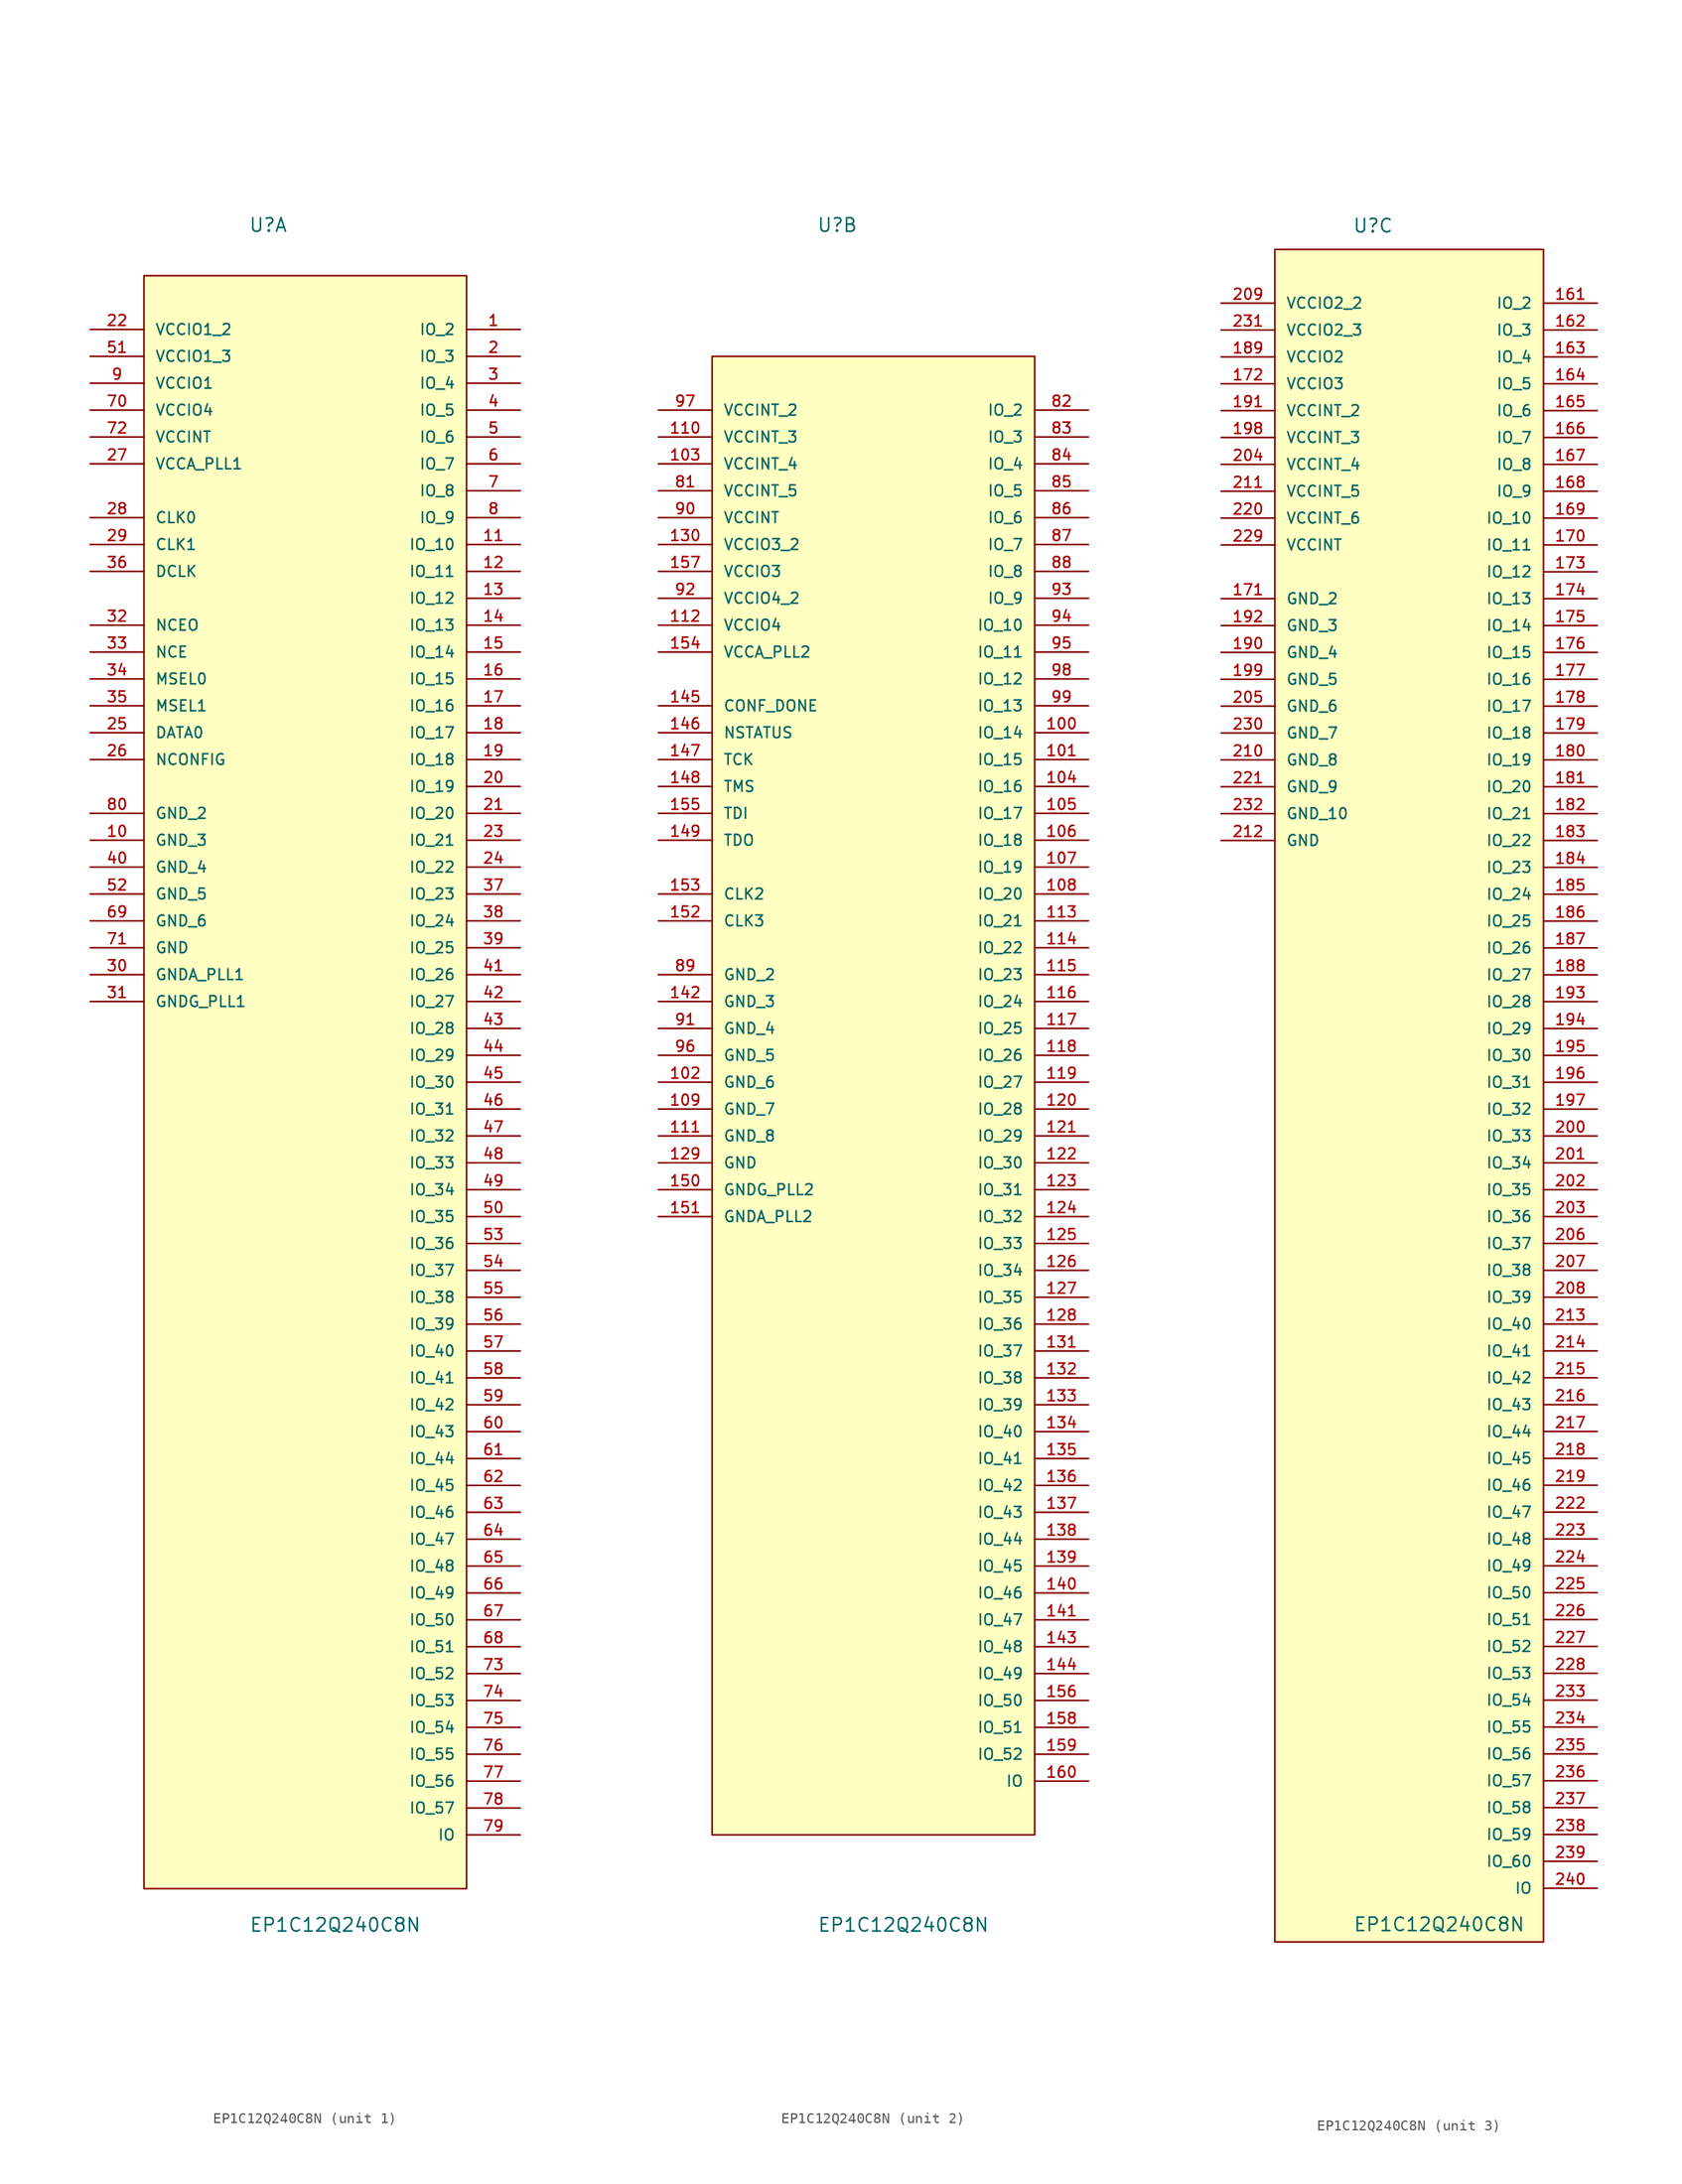
<source format=kicad_sym>
(kicad_symbol_lib
  (version 20211014)
  (generator kicad_symbol_editor)
  (symbol "EP1C12Q240C8N"
    (pin_names
      (offset 1.016))
    (property "Reference" "U"
      (at -5.359 77.699 0.0)
      (effects (font (size 1.27 1.27)) (justify bottom left)))
    (property "Value" "EP1C12Q240C8N"
      (at -5.309 -82.906 0.0)
      (effects (font (size 1.27 1.27)) (justify bottom left)))
    (symbol "EP1C12Q240C8N_1_0"
      (rectangle (start -15.24 -78.74) (end 15.24 73.66) (stroke (width 0.152)) (fill (type background)))
      (pin power_in line (at -20.32 68.58 0) (length 5.08) (name "VCCIO1_2" (effects (font (size 1.016 1.016)))) (number "22" (effects (font (size 1.016 1.016)))))
      (pin power_in line (at -20.32 66.04 0) (length 5.08) (name "VCCIO1_3" (effects (font (size 1.016 1.016)))) (number "51" (effects (font (size 1.016 1.016)))))
      (pin power_in line (at -20.32 63.5 0) (length 5.08) (name "VCCIO1" (effects (font (size 1.016 1.016)))) (number "9" (effects (font (size 1.016 1.016)))))
      (pin power_in line (at -20.32 60.96 0) (length 5.08) (name "VCCIO4" (effects (font (size 1.016 1.016)))) (number "70" (effects (font (size 1.016 1.016)))))
      (pin power_in line (at -20.32 58.42 0) (length 5.08) (name "VCCINT" (effects (font (size 1.016 1.016)))) (number "72" (effects (font (size 1.016 1.016)))))
      (pin power_in line (at -20.32 55.88 0) (length 5.08) (name "VCCA_PLL1" (effects (font (size 1.016 1.016)))) (number "27" (effects (font (size 1.016 1.016)))))
      (pin input line (at -20.32 50.8 0) (length 5.08) (name "CLK0" (effects (font (size 1.016 1.016)))) (number "28" (effects (font (size 1.016 1.016)))))
      (pin input line (at -20.32 48.26 0) (length 5.08) (name "CLK1" (effects (font (size 1.016 1.016)))) (number "29" (effects (font (size 1.016 1.016)))))
      (pin input line (at -20.32 45.72 0) (length 5.08) (name "DCLK" (effects (font (size 1.016 1.016)))) (number "36" (effects (font (size 1.016 1.016)))))
      (pin input line (at -20.32 40.64 0) (length 5.08) (name "NCEO" (effects (font (size 1.016 1.016)))) (number "32" (effects (font (size 1.016 1.016)))))
      (pin input line (at -20.32 38.1 0) (length 5.08) (name "NCE" (effects (font (size 1.016 1.016)))) (number "33" (effects (font (size 1.016 1.016)))))
      (pin input line (at -20.32 35.56 0) (length 5.08) (name "MSEL0" (effects (font (size 1.016 1.016)))) (number "34" (effects (font (size 1.016 1.016)))))
      (pin input line (at -20.32 33.02 0) (length 5.08) (name "MSEL1" (effects (font (size 1.016 1.016)))) (number "35" (effects (font (size 1.016 1.016)))))
      (pin input line (at -20.32 30.48 0) (length 5.08) (name "DATA0" (effects (font (size 1.016 1.016)))) (number "25" (effects (font (size 1.016 1.016)))))
      (pin input line (at -20.32 27.94 0) (length 5.08) (name "NCONFIG" (effects (font (size 1.016 1.016)))) (number "26" (effects (font (size 1.016 1.016)))))
      (pin passive line (at -20.32 22.86 0) (length 5.08) (name "GND_2" (effects (font (size 1.016 1.016)))) (number "80" (effects (font (size 1.016 1.016)))))
      (pin passive line (at -20.32 20.32 0) (length 5.08) (name "GND_3" (effects (font (size 1.016 1.016)))) (number "10" (effects (font (size 1.016 1.016)))))
      (pin passive line (at -20.32 17.78 0) (length 5.08) (name "GND_4" (effects (font (size 1.016 1.016)))) (number "40" (effects (font (size 1.016 1.016)))))
      (pin passive line (at -20.32 15.24 0) (length 5.08) (name "GND_5" (effects (font (size 1.016 1.016)))) (number "52" (effects (font (size 1.016 1.016)))))
      (pin passive line (at -20.32 12.7 0) (length 5.08) (name "GND_6" (effects (font (size 1.016 1.016)))) (number "69" (effects (font (size 1.016 1.016)))))
      (pin passive line (at -20.32 10.16 0) (length 5.08) (name "GND" (effects (font (size 1.016 1.016)))) (number "71" (effects (font (size 1.016 1.016)))))
      (pin passive line (at -20.32 7.62 0) (length 5.08) (name "GNDA_PLL1" (effects (font (size 1.016 1.016)))) (number "30" (effects (font (size 1.016 1.016)))))
      (pin passive line (at -20.32 5.08 0) (length 5.08) (name "GNDG_PLL1" (effects (font (size 1.016 1.016)))) (number "31" (effects (font (size 1.016 1.016)))))
      (pin bidirectional line (at 20.32 68.58 180.0) (length 5.08) (name "IO_2" (effects (font (size 1.016 1.016)))) (number "1" (effects (font (size 1.016 1.016)))))
      (pin bidirectional line (at 20.32 66.04 180.0) (length 5.08) (name "IO_3" (effects (font (size 1.016 1.016)))) (number "2" (effects (font (size 1.016 1.016)))))
      (pin bidirectional line (at 20.32 63.5 180.0) (length 5.08) (name "IO_4" (effects (font (size 1.016 1.016)))) (number "3" (effects (font (size 1.016 1.016)))))
      (pin bidirectional line (at 20.32 60.96 180.0) (length 5.08) (name "IO_5" (effects (font (size 1.016 1.016)))) (number "4" (effects (font (size 1.016 1.016)))))
      (pin bidirectional line (at 20.32 58.42 180.0) (length 5.08) (name "IO_6" (effects (font (size 1.016 1.016)))) (number "5" (effects (font (size 1.016 1.016)))))
      (pin bidirectional line (at 20.32 55.88 180.0) (length 5.08) (name "IO_7" (effects (font (size 1.016 1.016)))) (number "6" (effects (font (size 1.016 1.016)))))
      (pin bidirectional line (at 20.32 53.34 180.0) (length 5.08) (name "IO_8" (effects (font (size 1.016 1.016)))) (number "7" (effects (font (size 1.016 1.016)))))
      (pin bidirectional line (at 20.32 50.8 180.0) (length 5.08) (name "IO_9" (effects (font (size 1.016 1.016)))) (number "8" (effects (font (size 1.016 1.016)))))
      (pin bidirectional line (at 20.32 48.26 180.0) (length 5.08) (name "IO_10" (effects (font (size 1.016 1.016)))) (number "11" (effects (font (size 1.016 1.016)))))
      (pin bidirectional line (at 20.32 45.72 180.0) (length 5.08) (name "IO_11" (effects (font (size 1.016 1.016)))) (number "12" (effects (font (size 1.016 1.016)))))
      (pin bidirectional line (at 20.32 43.18 180.0) (length 5.08) (name "IO_12" (effects (font (size 1.016 1.016)))) (number "13" (effects (font (size 1.016 1.016)))))
      (pin bidirectional line (at 20.32 40.64 180.0) (length 5.08) (name "IO_13" (effects (font (size 1.016 1.016)))) (number "14" (effects (font (size 1.016 1.016)))))
      (pin bidirectional line (at 20.32 38.1 180.0) (length 5.08) (name "IO_14" (effects (font (size 1.016 1.016)))) (number "15" (effects (font (size 1.016 1.016)))))
      (pin bidirectional line (at 20.32 35.56 180.0) (length 5.08) (name "IO_15" (effects (font (size 1.016 1.016)))) (number "16" (effects (font (size 1.016 1.016)))))
      (pin bidirectional line (at 20.32 33.02 180.0) (length 5.08) (name "IO_16" (effects (font (size 1.016 1.016)))) (number "17" (effects (font (size 1.016 1.016)))))
      (pin bidirectional line (at 20.32 30.48 180.0) (length 5.08) (name "IO_17" (effects (font (size 1.016 1.016)))) (number "18" (effects (font (size 1.016 1.016)))))
      (pin bidirectional line (at 20.32 27.94 180.0) (length 5.08) (name "IO_18" (effects (font (size 1.016 1.016)))) (number "19" (effects (font (size 1.016 1.016)))))
      (pin bidirectional line (at 20.32 25.4 180.0) (length 5.08) (name "IO_19" (effects (font (size 1.016 1.016)))) (number "20" (effects (font (size 1.016 1.016)))))
      (pin bidirectional line (at 20.32 22.86 180.0) (length 5.08) (name "IO_20" (effects (font (size 1.016 1.016)))) (number "21" (effects (font (size 1.016 1.016)))))
      (pin bidirectional line (at 20.32 20.32 180.0) (length 5.08) (name "IO_21" (effects (font (size 1.016 1.016)))) (number "23" (effects (font (size 1.016 1.016)))))
      (pin bidirectional line (at 20.32 17.78 180.0) (length 5.08) (name "IO_22" (effects (font (size 1.016 1.016)))) (number "24" (effects (font (size 1.016 1.016)))))
      (pin bidirectional line (at 20.32 15.24 180.0) (length 5.08) (name "IO_23" (effects (font (size 1.016 1.016)))) (number "37" (effects (font (size 1.016 1.016)))))
      (pin bidirectional line (at 20.32 12.7 180.0) (length 5.08) (name "IO_24" (effects (font (size 1.016 1.016)))) (number "38" (effects (font (size 1.016 1.016)))))
      (pin bidirectional line (at 20.32 10.16 180.0) (length 5.08) (name "IO_25" (effects (font (size 1.016 1.016)))) (number "39" (effects (font (size 1.016 1.016)))))
      (pin bidirectional line (at 20.32 7.62 180.0) (length 5.08) (name "IO_26" (effects (font (size 1.016 1.016)))) (number "41" (effects (font (size 1.016 1.016)))))
      (pin bidirectional line (at 20.32 5.08 180.0) (length 5.08) (name "IO_27" (effects (font (size 1.016 1.016)))) (number "42" (effects (font (size 1.016 1.016)))))
      (pin bidirectional line (at 20.32 2.54 180.0) (length 5.08) (name "IO_28" (effects (font (size 1.016 1.016)))) (number "43" (effects (font (size 1.016 1.016)))))
      (pin bidirectional line (at 20.32 0.0 180.0) (length 5.08) (name "IO_29" (effects (font (size 1.016 1.016)))) (number "44" (effects (font (size 1.016 1.016)))))
      (pin bidirectional line (at 20.32 -2.54 180.0) (length 5.08) (name "IO_30" (effects (font (size 1.016 1.016)))) (number "45" (effects (font (size 1.016 1.016)))))
      (pin bidirectional line (at 20.32 -5.08 180.0) (length 5.08) (name "IO_31" (effects (font (size 1.016 1.016)))) (number "46" (effects (font (size 1.016 1.016)))))
      (pin bidirectional line (at 20.32 -7.62 180.0) (length 5.08) (name "IO_32" (effects (font (size 1.016 1.016)))) (number "47" (effects (font (size 1.016 1.016)))))
      (pin bidirectional line (at 20.32 -10.16 180.0) (length 5.08) (name "IO_33" (effects (font (size 1.016 1.016)))) (number "48" (effects (font (size 1.016 1.016)))))
      (pin bidirectional line (at 20.32 -12.7 180.0) (length 5.08) (name "IO_34" (effects (font (size 1.016 1.016)))) (number "49" (effects (font (size 1.016 1.016)))))
      (pin bidirectional line (at 20.32 -15.24 180.0) (length 5.08) (name "IO_35" (effects (font (size 1.016 1.016)))) (number "50" (effects (font (size 1.016 1.016)))))
      (pin bidirectional line (at 20.32 -17.78 180.0) (length 5.08) (name "IO_36" (effects (font (size 1.016 1.016)))) (number "53" (effects (font (size 1.016 1.016)))))
      (pin bidirectional line (at 20.32 -20.32 180.0) (length 5.08) (name "IO_37" (effects (font (size 1.016 1.016)))) (number "54" (effects (font (size 1.016 1.016)))))
      (pin bidirectional line (at 20.32 -22.86 180.0) (length 5.08) (name "IO_38" (effects (font (size 1.016 1.016)))) (number "55" (effects (font (size 1.016 1.016)))))
      (pin bidirectional line (at 20.32 -25.4 180.0) (length 5.08) (name "IO_39" (effects (font (size 1.016 1.016)))) (number "56" (effects (font (size 1.016 1.016)))))
      (pin bidirectional line (at 20.32 -27.94 180.0) (length 5.08) (name "IO_40" (effects (font (size 1.016 1.016)))) (number "57" (effects (font (size 1.016 1.016)))))
      (pin bidirectional line (at 20.32 -30.48 180.0) (length 5.08) (name "IO_41" (effects (font (size 1.016 1.016)))) (number "58" (effects (font (size 1.016 1.016)))))
      (pin bidirectional line (at 20.32 -33.02 180.0) (length 5.08) (name "IO_42" (effects (font (size 1.016 1.016)))) (number "59" (effects (font (size 1.016 1.016)))))
      (pin bidirectional line (at 20.32 -35.56 180.0) (length 5.08) (name "IO_43" (effects (font (size 1.016 1.016)))) (number "60" (effects (font (size 1.016 1.016)))))
      (pin bidirectional line (at 20.32 -38.1 180.0) (length 5.08) (name "IO_44" (effects (font (size 1.016 1.016)))) (number "61" (effects (font (size 1.016 1.016)))))
      (pin bidirectional line (at 20.32 -40.64 180.0) (length 5.08) (name "IO_45" (effects (font (size 1.016 1.016)))) (number "62" (effects (font (size 1.016 1.016)))))
      (pin bidirectional line (at 20.32 -43.18 180.0) (length 5.08) (name "IO_46" (effects (font (size 1.016 1.016)))) (number "63" (effects (font (size 1.016 1.016)))))
      (pin bidirectional line (at 20.32 -45.72 180.0) (length 5.08) (name "IO_47" (effects (font (size 1.016 1.016)))) (number "64" (effects (font (size 1.016 1.016)))))
      (pin bidirectional line (at 20.32 -48.26 180.0) (length 5.08) (name "IO_48" (effects (font (size 1.016 1.016)))) (number "65" (effects (font (size 1.016 1.016)))))
      (pin bidirectional line (at 20.32 -50.8 180.0) (length 5.08) (name "IO_49" (effects (font (size 1.016 1.016)))) (number "66" (effects (font (size 1.016 1.016)))))
      (pin bidirectional line (at 20.32 -53.34 180.0) (length 5.08) (name "IO_50" (effects (font (size 1.016 1.016)))) (number "67" (effects (font (size 1.016 1.016)))))
      (pin bidirectional line (at 20.32 -55.88 180.0) (length 5.08) (name "IO_51" (effects (font (size 1.016 1.016)))) (number "68" (effects (font (size 1.016 1.016)))))
      (pin bidirectional line (at 20.32 -58.42 180.0) (length 5.08) (name "IO_52" (effects (font (size 1.016 1.016)))) (number "73" (effects (font (size 1.016 1.016)))))
      (pin bidirectional line (at 20.32 -60.96 180.0) (length 5.08) (name "IO_53" (effects (font (size 1.016 1.016)))) (number "74" (effects (font (size 1.016 1.016)))))
      (pin bidirectional line (at 20.32 -63.5 180.0) (length 5.08) (name "IO_54" (effects (font (size 1.016 1.016)))) (number "75" (effects (font (size 1.016 1.016)))))
      (pin bidirectional line (at 20.32 -66.04 180.0) (length 5.08) (name "IO_55" (effects (font (size 1.016 1.016)))) (number "76" (effects (font (size 1.016 1.016)))))
      (pin bidirectional line (at 20.32 -68.58 180.0) (length 5.08) (name "IO_56" (effects (font (size 1.016 1.016)))) (number "77" (effects (font (size 1.016 1.016)))))
      (pin bidirectional line (at 20.32 -71.12 180.0) (length 5.08) (name "IO_57" (effects (font (size 1.016 1.016)))) (number "78" (effects (font (size 1.016 1.016)))))
      (pin bidirectional line (at 20.32 -73.66 180.0) (length 5.08) (name "IO" (effects (font (size 1.016 1.016)))) (number "79" (effects (font (size 1.016 1.016))))))
    (symbol "EP1C12Q240C8N_2_0"
      (rectangle (start -15.24 -73.66) (end 15.24 66.04) (stroke (width 0.152)) (fill (type background)))
      (pin power_in line (at -20.32 60.96 0) (length 5.08) (name "VCCINT_2" (effects (font (size 1.016 1.016)))) (number "97" (effects (font (size 1.016 1.016)))))
      (pin power_in line (at -20.32 58.42 0) (length 5.08) (name "VCCINT_3" (effects (font (size 1.016 1.016)))) (number "110" (effects (font (size 1.016 1.016)))))
      (pin power_in line (at -20.32 55.88 0) (length 5.08) (name "VCCINT_4" (effects (font (size 1.016 1.016)))) (number "103" (effects (font (size 1.016 1.016)))))
      (pin power_in line (at -20.32 53.34 0) (length 5.08) (name "VCCINT_5" (effects (font (size 1.016 1.016)))) (number "81" (effects (font (size 1.016 1.016)))))
      (pin power_in line (at -20.32 50.8 0) (length 5.08) (name "VCCINT" (effects (font (size 1.016 1.016)))) (number "90" (effects (font (size 1.016 1.016)))))
      (pin power_in line (at -20.32 48.26 0) (length 5.08) (name "VCCIO3_2" (effects (font (size 1.016 1.016)))) (number "130" (effects (font (size 1.016 1.016)))))
      (pin power_in line (at -20.32 45.72 0) (length 5.08) (name "VCCIO3" (effects (font (size 1.016 1.016)))) (number "157" (effects (font (size 1.016 1.016)))))
      (pin power_in line (at -20.32 43.18 0) (length 5.08) (name "VCCIO4_2" (effects (font (size 1.016 1.016)))) (number "92" (effects (font (size 1.016 1.016)))))
      (pin power_in line (at -20.32 40.64 0) (length 5.08) (name "VCCIO4" (effects (font (size 1.016 1.016)))) (number "112" (effects (font (size 1.016 1.016)))))
      (pin power_in line (at -20.32 38.1 0) (length 5.08) (name "VCCA_PLL2" (effects (font (size 1.016 1.016)))) (number "154" (effects (font (size 1.016 1.016)))))
      (pin input line (at -20.32 33.02 0) (length 5.08) (name "CONF_DONE" (effects (font (size 1.016 1.016)))) (number "145" (effects (font (size 1.016 1.016)))))
      (pin input line (at -20.32 30.48 0) (length 5.08) (name "NSTATUS" (effects (font (size 1.016 1.016)))) (number "146" (effects (font (size 1.016 1.016)))))
      (pin input line (at -20.32 27.94 0) (length 5.08) (name "TCK" (effects (font (size 1.016 1.016)))) (number "147" (effects (font (size 1.016 1.016)))))
      (pin input line (at -20.32 25.4 0) (length 5.08) (name "TMS" (effects (font (size 1.016 1.016)))) (number "148" (effects (font (size 1.016 1.016)))))
      (pin input line (at -20.32 22.86 0) (length 5.08) (name "TDI" (effects (font (size 1.016 1.016)))) (number "155" (effects (font (size 1.016 1.016)))))
      (pin input line (at -20.32 20.32 0) (length 5.08) (name "TDO" (effects (font (size 1.016 1.016)))) (number "149" (effects (font (size 1.016 1.016)))))
      (pin input line (at -20.32 15.24 0) (length 5.08) (name "CLK2" (effects (font (size 1.016 1.016)))) (number "153" (effects (font (size 1.016 1.016)))))
      (pin input line (at -20.32 12.7 0) (length 5.08) (name "CLK3" (effects (font (size 1.016 1.016)))) (number "152" (effects (font (size 1.016 1.016)))))
      (pin passive line (at -20.32 7.62 0) (length 5.08) (name "GND_2" (effects (font (size 1.016 1.016)))) (number "89" (effects (font (size 1.016 1.016)))))
      (pin passive line (at -20.32 5.08 0) (length 5.08) (name "GND_3" (effects (font (size 1.016 1.016)))) (number "142" (effects (font (size 1.016 1.016)))))
      (pin passive line (at -20.32 2.54 0) (length 5.08) (name "GND_4" (effects (font (size 1.016 1.016)))) (number "91" (effects (font (size 1.016 1.016)))))
      (pin passive line (at -20.32 0.0 0) (length 5.08) (name "GND_5" (effects (font (size 1.016 1.016)))) (number "96" (effects (font (size 1.016 1.016)))))
      (pin passive line (at -20.32 -2.54 0) (length 5.08) (name "GND_6" (effects (font (size 1.016 1.016)))) (number "102" (effects (font (size 1.016 1.016)))))
      (pin passive line (at -20.32 -5.08 0) (length 5.08) (name "GND_7" (effects (font (size 1.016 1.016)))) (number "109" (effects (font (size 1.016 1.016)))))
      (pin passive line (at -20.32 -7.62 0) (length 5.08) (name "GND_8" (effects (font (size 1.016 1.016)))) (number "111" (effects (font (size 1.016 1.016)))))
      (pin passive line (at -20.32 -10.16 0) (length 5.08) (name "GND" (effects (font (size 1.016 1.016)))) (number "129" (effects (font (size 1.016 1.016)))))
      (pin passive line (at -20.32 -12.7 0) (length 5.08) (name "GNDG_PLL2" (effects (font (size 1.016 1.016)))) (number "150" (effects (font (size 1.016 1.016)))))
      (pin passive line (at -20.32 -15.24 0) (length 5.08) (name "GNDA_PLL2" (effects (font (size 1.016 1.016)))) (number "151" (effects (font (size 1.016 1.016)))))
      (pin bidirectional line (at 20.32 60.96 180.0) (length 5.08) (name "IO_2" (effects (font (size 1.016 1.016)))) (number "82" (effects (font (size 1.016 1.016)))))
      (pin bidirectional line (at 20.32 58.42 180.0) (length 5.08) (name "IO_3" (effects (font (size 1.016 1.016)))) (number "83" (effects (font (size 1.016 1.016)))))
      (pin bidirectional line (at 20.32 55.88 180.0) (length 5.08) (name "IO_4" (effects (font (size 1.016 1.016)))) (number "84" (effects (font (size 1.016 1.016)))))
      (pin bidirectional line (at 20.32 53.34 180.0) (length 5.08) (name "IO_5" (effects (font (size 1.016 1.016)))) (number "85" (effects (font (size 1.016 1.016)))))
      (pin bidirectional line (at 20.32 50.8 180.0) (length 5.08) (name "IO_6" (effects (font (size 1.016 1.016)))) (number "86" (effects (font (size 1.016 1.016)))))
      (pin bidirectional line (at 20.32 48.26 180.0) (length 5.08) (name "IO_7" (effects (font (size 1.016 1.016)))) (number "87" (effects (font (size 1.016 1.016)))))
      (pin bidirectional line (at 20.32 45.72 180.0) (length 5.08) (name "IO_8" (effects (font (size 1.016 1.016)))) (number "88" (effects (font (size 1.016 1.016)))))
      (pin bidirectional line (at 20.32 43.18 180.0) (length 5.08) (name "IO_9" (effects (font (size 1.016 1.016)))) (number "93" (effects (font (size 1.016 1.016)))))
      (pin bidirectional line (at 20.32 40.64 180.0) (length 5.08) (name "IO_10" (effects (font (size 1.016 1.016)))) (number "94" (effects (font (size 1.016 1.016)))))
      (pin bidirectional line (at 20.32 38.1 180.0) (length 5.08) (name "IO_11" (effects (font (size 1.016 1.016)))) (number "95" (effects (font (size 1.016 1.016)))))
      (pin bidirectional line (at 20.32 35.56 180.0) (length 5.08) (name "IO_12" (effects (font (size 1.016 1.016)))) (number "98" (effects (font (size 1.016 1.016)))))
      (pin bidirectional line (at 20.32 33.02 180.0) (length 5.08) (name "IO_13" (effects (font (size 1.016 1.016)))) (number "99" (effects (font (size 1.016 1.016)))))
      (pin bidirectional line (at 20.32 30.48 180.0) (length 5.08) (name "IO_14" (effects (font (size 1.016 1.016)))) (number "100" (effects (font (size 1.016 1.016)))))
      (pin bidirectional line (at 20.32 27.94 180.0) (length 5.08) (name "IO_15" (effects (font (size 1.016 1.016)))) (number "101" (effects (font (size 1.016 1.016)))))
      (pin bidirectional line (at 20.32 25.4 180.0) (length 5.08) (name "IO_16" (effects (font (size 1.016 1.016)))) (number "104" (effects (font (size 1.016 1.016)))))
      (pin bidirectional line (at 20.32 22.86 180.0) (length 5.08) (name "IO_17" (effects (font (size 1.016 1.016)))) (number "105" (effects (font (size 1.016 1.016)))))
      (pin bidirectional line (at 20.32 20.32 180.0) (length 5.08) (name "IO_18" (effects (font (size 1.016 1.016)))) (number "106" (effects (font (size 1.016 1.016)))))
      (pin bidirectional line (at 20.32 17.78 180.0) (length 5.08) (name "IO_19" (effects (font (size 1.016 1.016)))) (number "107" (effects (font (size 1.016 1.016)))))
      (pin bidirectional line (at 20.32 15.24 180.0) (length 5.08) (name "IO_20" (effects (font (size 1.016 1.016)))) (number "108" (effects (font (size 1.016 1.016)))))
      (pin bidirectional line (at 20.32 12.7 180.0) (length 5.08) (name "IO_21" (effects (font (size 1.016 1.016)))) (number "113" (effects (font (size 1.016 1.016)))))
      (pin bidirectional line (at 20.32 10.16 180.0) (length 5.08) (name "IO_22" (effects (font (size 1.016 1.016)))) (number "114" (effects (font (size 1.016 1.016)))))
      (pin bidirectional line (at 20.32 7.62 180.0) (length 5.08) (name "IO_23" (effects (font (size 1.016 1.016)))) (number "115" (effects (font (size 1.016 1.016)))))
      (pin bidirectional line (at 20.32 5.08 180.0) (length 5.08) (name "IO_24" (effects (font (size 1.016 1.016)))) (number "116" (effects (font (size 1.016 1.016)))))
      (pin bidirectional line (at 20.32 2.54 180.0) (length 5.08) (name "IO_25" (effects (font (size 1.016 1.016)))) (number "117" (effects (font (size 1.016 1.016)))))
      (pin bidirectional line (at 20.32 0.0 180.0) (length 5.08) (name "IO_26" (effects (font (size 1.016 1.016)))) (number "118" (effects (font (size 1.016 1.016)))))
      (pin bidirectional line (at 20.32 -2.54 180.0) (length 5.08) (name "IO_27" (effects (font (size 1.016 1.016)))) (number "119" (effects (font (size 1.016 1.016)))))
      (pin bidirectional line (at 20.32 -5.08 180.0) (length 5.08) (name "IO_28" (effects (font (size 1.016 1.016)))) (number "120" (effects (font (size 1.016 1.016)))))
      (pin bidirectional line (at 20.32 -7.62 180.0) (length 5.08) (name "IO_29" (effects (font (size 1.016 1.016)))) (number "121" (effects (font (size 1.016 1.016)))))
      (pin bidirectional line (at 20.32 -10.16 180.0) (length 5.08) (name "IO_30" (effects (font (size 1.016 1.016)))) (number "122" (effects (font (size 1.016 1.016)))))
      (pin bidirectional line (at 20.32 -12.7 180.0) (length 5.08) (name "IO_31" (effects (font (size 1.016 1.016)))) (number "123" (effects (font (size 1.016 1.016)))))
      (pin bidirectional line (at 20.32 -15.24 180.0) (length 5.08) (name "IO_32" (effects (font (size 1.016 1.016)))) (number "124" (effects (font (size 1.016 1.016)))))
      (pin bidirectional line (at 20.32 -17.78 180.0) (length 5.08) (name "IO_33" (effects (font (size 1.016 1.016)))) (number "125" (effects (font (size 1.016 1.016)))))
      (pin bidirectional line (at 20.32 -20.32 180.0) (length 5.08) (name "IO_34" (effects (font (size 1.016 1.016)))) (number "126" (effects (font (size 1.016 1.016)))))
      (pin bidirectional line (at 20.32 -22.86 180.0) (length 5.08) (name "IO_35" (effects (font (size 1.016 1.016)))) (number "127" (effects (font (size 1.016 1.016)))))
      (pin bidirectional line (at 20.32 -25.4 180.0) (length 5.08) (name "IO_36" (effects (font (size 1.016 1.016)))) (number "128" (effects (font (size 1.016 1.016)))))
      (pin bidirectional line (at 20.32 -27.94 180.0) (length 5.08) (name "IO_37" (effects (font (size 1.016 1.016)))) (number "131" (effects (font (size 1.016 1.016)))))
      (pin bidirectional line (at 20.32 -30.48 180.0) (length 5.08) (name "IO_38" (effects (font (size 1.016 1.016)))) (number "132" (effects (font (size 1.016 1.016)))))
      (pin bidirectional line (at 20.32 -33.02 180.0) (length 5.08) (name "IO_39" (effects (font (size 1.016 1.016)))) (number "133" (effects (font (size 1.016 1.016)))))
      (pin bidirectional line (at 20.32 -35.56 180.0) (length 5.08) (name "IO_40" (effects (font (size 1.016 1.016)))) (number "134" (effects (font (size 1.016 1.016)))))
      (pin bidirectional line (at 20.32 -38.1 180.0) (length 5.08) (name "IO_41" (effects (font (size 1.016 1.016)))) (number "135" (effects (font (size 1.016 1.016)))))
      (pin bidirectional line (at 20.32 -40.64 180.0) (length 5.08) (name "IO_42" (effects (font (size 1.016 1.016)))) (number "136" (effects (font (size 1.016 1.016)))))
      (pin bidirectional line (at 20.32 -43.18 180.0) (length 5.08) (name "IO_43" (effects (font (size 1.016 1.016)))) (number "137" (effects (font (size 1.016 1.016)))))
      (pin bidirectional line (at 20.32 -45.72 180.0) (length 5.08) (name "IO_44" (effects (font (size 1.016 1.016)))) (number "138" (effects (font (size 1.016 1.016)))))
      (pin bidirectional line (at 20.32 -48.26 180.0) (length 5.08) (name "IO_45" (effects (font (size 1.016 1.016)))) (number "139" (effects (font (size 1.016 1.016)))))
      (pin bidirectional line (at 20.32 -50.8 180.0) (length 5.08) (name "IO_46" (effects (font (size 1.016 1.016)))) (number "140" (effects (font (size 1.016 1.016)))))
      (pin bidirectional line (at 20.32 -53.34 180.0) (length 5.08) (name "IO_47" (effects (font (size 1.016 1.016)))) (number "141" (effects (font (size 1.016 1.016)))))
      (pin bidirectional line (at 20.32 -55.88 180.0) (length 5.08) (name "IO_48" (effects (font (size 1.016 1.016)))) (number "143" (effects (font (size 1.016 1.016)))))
      (pin bidirectional line (at 20.32 -58.42 180.0) (length 5.08) (name "IO_49" (effects (font (size 1.016 1.016)))) (number "144" (effects (font (size 1.016 1.016)))))
      (pin bidirectional line (at 20.32 -60.96 180.0) (length 5.08) (name "IO_50" (effects (font (size 1.016 1.016)))) (number "156" (effects (font (size 1.016 1.016)))))
      (pin bidirectional line (at 20.32 -63.5 180.0) (length 5.08) (name "IO_51" (effects (font (size 1.016 1.016)))) (number "158" (effects (font (size 1.016 1.016)))))
      (pin bidirectional line (at 20.32 -66.04 180.0) (length 5.08) (name "IO_52" (effects (font (size 1.016 1.016)))) (number "159" (effects (font (size 1.016 1.016)))))
      (pin bidirectional line (at 20.32 -68.58 180.0) (length 5.08) (name "IO" (effects (font (size 1.016 1.016)))) (number "160" (effects (font (size 1.016 1.016))))))
    (symbol "EP1C12Q240C8N_3_0"
      (rectangle (start -12.7 -83.82) (end 12.7 76.2) (stroke (width 0.152)) (fill (type background)))
      (pin power_in line (at -17.78 71.12 0) (length 5.08) (name "VCCIO2_2" (effects (font (size 1.016 1.016)))) (number "209" (effects (font (size 1.016 1.016)))))
      (pin power_in line (at -17.78 68.58 0) (length 5.08) (name "VCCIO2_3" (effects (font (size 1.016 1.016)))) (number "231" (effects (font (size 1.016 1.016)))))
      (pin power_in line (at -17.78 66.04 0) (length 5.08) (name "VCCIO2" (effects (font (size 1.016 1.016)))) (number "189" (effects (font (size 1.016 1.016)))))
      (pin power_in line (at -17.78 63.5 0) (length 5.08) (name "VCCIO3" (effects (font (size 1.016 1.016)))) (number "172" (effects (font (size 1.016 1.016)))))
      (pin power_in line (at -17.78 60.96 0) (length 5.08) (name "VCCINT_2" (effects (font (size 1.016 1.016)))) (number "191" (effects (font (size 1.016 1.016)))))
      (pin power_in line (at -17.78 58.42 0) (length 5.08) (name "VCCINT_3" (effects (font (size 1.016 1.016)))) (number "198" (effects (font (size 1.016 1.016)))))
      (pin power_in line (at -17.78 55.88 0) (length 5.08) (name "VCCINT_4" (effects (font (size 1.016 1.016)))) (number "204" (effects (font (size 1.016 1.016)))))
      (pin power_in line (at -17.78 53.34 0) (length 5.08) (name "VCCINT_5" (effects (font (size 1.016 1.016)))) (number "211" (effects (font (size 1.016 1.016)))))
      (pin power_in line (at -17.78 50.8 0) (length 5.08) (name "VCCINT_6" (effects (font (size 1.016 1.016)))) (number "220" (effects (font (size 1.016 1.016)))))
      (pin power_in line (at -17.78 48.26 0) (length 5.08) (name "VCCINT" (effects (font (size 1.016 1.016)))) (number "229" (effects (font (size 1.016 1.016)))))
      (pin passive line (at -17.78 43.18 0) (length 5.08) (name "GND_2" (effects (font (size 1.016 1.016)))) (number "171" (effects (font (size 1.016 1.016)))))
      (pin passive line (at -17.78 40.64 0) (length 5.08) (name "GND_3" (effects (font (size 1.016 1.016)))) (number "192" (effects (font (size 1.016 1.016)))))
      (pin passive line (at -17.78 38.1 0) (length 5.08) (name "GND_4" (effects (font (size 1.016 1.016)))) (number "190" (effects (font (size 1.016 1.016)))))
      (pin passive line (at -17.78 35.56 0) (length 5.08) (name "GND_5" (effects (font (size 1.016 1.016)))) (number "199" (effects (font (size 1.016 1.016)))))
      (pin passive line (at -17.78 33.02 0) (length 5.08) (name "GND_6" (effects (font (size 1.016 1.016)))) (number "205" (effects (font (size 1.016 1.016)))))
      (pin passive line (at -17.78 30.48 0) (length 5.08) (name "GND_7" (effects (font (size 1.016 1.016)))) (number "230" (effects (font (size 1.016 1.016)))))
      (pin passive line (at -17.78 27.94 0) (length 5.08) (name "GND_8" (effects (font (size 1.016 1.016)))) (number "210" (effects (font (size 1.016 1.016)))))
      (pin passive line (at -17.78 25.4 0) (length 5.08) (name "GND_9" (effects (font (size 1.016 1.016)))) (number "221" (effects (font (size 1.016 1.016)))))
      (pin passive line (at -17.78 22.86 0) (length 5.08) (name "GND_10" (effects (font (size 1.016 1.016)))) (number "232" (effects (font (size 1.016 1.016)))))
      (pin passive line (at -17.78 20.32 0) (length 5.08) (name "GND" (effects (font (size 1.016 1.016)))) (number "212" (effects (font (size 1.016 1.016)))))
      (pin bidirectional line (at 17.78 71.12 180.0) (length 5.08) (name "IO_2" (effects (font (size 1.016 1.016)))) (number "161" (effects (font (size 1.016 1.016)))))
      (pin bidirectional line (at 17.78 68.58 180.0) (length 5.08) (name "IO_3" (effects (font (size 1.016 1.016)))) (number "162" (effects (font (size 1.016 1.016)))))
      (pin bidirectional line (at 17.78 66.04 180.0) (length 5.08) (name "IO_4" (effects (font (size 1.016 1.016)))) (number "163" (effects (font (size 1.016 1.016)))))
      (pin bidirectional line (at 17.78 63.5 180.0) (length 5.08) (name "IO_5" (effects (font (size 1.016 1.016)))) (number "164" (effects (font (size 1.016 1.016)))))
      (pin bidirectional line (at 17.78 60.96 180.0) (length 5.08) (name "IO_6" (effects (font (size 1.016 1.016)))) (number "165" (effects (font (size 1.016 1.016)))))
      (pin bidirectional line (at 17.78 58.42 180.0) (length 5.08) (name "IO_7" (effects (font (size 1.016 1.016)))) (number "166" (effects (font (size 1.016 1.016)))))
      (pin bidirectional line (at 17.78 55.88 180.0) (length 5.08) (name "IO_8" (effects (font (size 1.016 1.016)))) (number "167" (effects (font (size 1.016 1.016)))))
      (pin bidirectional line (at 17.78 53.34 180.0) (length 5.08) (name "IO_9" (effects (font (size 1.016 1.016)))) (number "168" (effects (font (size 1.016 1.016)))))
      (pin bidirectional line (at 17.78 50.8 180.0) (length 5.08) (name "IO_10" (effects (font (size 1.016 1.016)))) (number "169" (effects (font (size 1.016 1.016)))))
      (pin bidirectional line (at 17.78 48.26 180.0) (length 5.08) (name "IO_11" (effects (font (size 1.016 1.016)))) (number "170" (effects (font (size 1.016 1.016)))))
      (pin bidirectional line (at 17.78 45.72 180.0) (length 5.08) (name "IO_12" (effects (font (size 1.016 1.016)))) (number "173" (effects (font (size 1.016 1.016)))))
      (pin bidirectional line (at 17.78 43.18 180.0) (length 5.08) (name "IO_13" (effects (font (size 1.016 1.016)))) (number "174" (effects (font (size 1.016 1.016)))))
      (pin bidirectional line (at 17.78 40.64 180.0) (length 5.08) (name "IO_14" (effects (font (size 1.016 1.016)))) (number "175" (effects (font (size 1.016 1.016)))))
      (pin bidirectional line (at 17.78 38.1 180.0) (length 5.08) (name "IO_15" (effects (font (size 1.016 1.016)))) (number "176" (effects (font (size 1.016 1.016)))))
      (pin bidirectional line (at 17.78 35.56 180.0) (length 5.08) (name "IO_16" (effects (font (size 1.016 1.016)))) (number "177" (effects (font (size 1.016 1.016)))))
      (pin bidirectional line (at 17.78 33.02 180.0) (length 5.08) (name "IO_17" (effects (font (size 1.016 1.016)))) (number "178" (effects (font (size 1.016 1.016)))))
      (pin bidirectional line (at 17.78 30.48 180.0) (length 5.08) (name "IO_18" (effects (font (size 1.016 1.016)))) (number "179" (effects (font (size 1.016 1.016)))))
      (pin bidirectional line (at 17.78 27.94 180.0) (length 5.08) (name "IO_19" (effects (font (size 1.016 1.016)))) (number "180" (effects (font (size 1.016 1.016)))))
      (pin bidirectional line (at 17.78 25.4 180.0) (length 5.08) (name "IO_20" (effects (font (size 1.016 1.016)))) (number "181" (effects (font (size 1.016 1.016)))))
      (pin bidirectional line (at 17.78 22.86 180.0) (length 5.08) (name "IO_21" (effects (font (size 1.016 1.016)))) (number "182" (effects (font (size 1.016 1.016)))))
      (pin bidirectional line (at 17.78 20.32 180.0) (length 5.08) (name "IO_22" (effects (font (size 1.016 1.016)))) (number "183" (effects (font (size 1.016 1.016)))))
      (pin bidirectional line (at 17.78 17.78 180.0) (length 5.08) (name "IO_23" (effects (font (size 1.016 1.016)))) (number "184" (effects (font (size 1.016 1.016)))))
      (pin bidirectional line (at 17.78 15.24 180.0) (length 5.08) (name "IO_24" (effects (font (size 1.016 1.016)))) (number "185" (effects (font (size 1.016 1.016)))))
      (pin bidirectional line (at 17.78 12.7 180.0) (length 5.08) (name "IO_25" (effects (font (size 1.016 1.016)))) (number "186" (effects (font (size 1.016 1.016)))))
      (pin bidirectional line (at 17.78 10.16 180.0) (length 5.08) (name "IO_26" (effects (font (size 1.016 1.016)))) (number "187" (effects (font (size 1.016 1.016)))))
      (pin bidirectional line (at 17.78 7.62 180.0) (length 5.08) (name "IO_27" (effects (font (size 1.016 1.016)))) (number "188" (effects (font (size 1.016 1.016)))))
      (pin bidirectional line (at 17.78 5.08 180.0) (length 5.08) (name "IO_28" (effects (font (size 1.016 1.016)))) (number "193" (effects (font (size 1.016 1.016)))))
      (pin bidirectional line (at 17.78 2.54 180.0) (length 5.08) (name "IO_29" (effects (font (size 1.016 1.016)))) (number "194" (effects (font (size 1.016 1.016)))))
      (pin bidirectional line (at 17.78 0.0 180.0) (length 5.08) (name "IO_30" (effects (font (size 1.016 1.016)))) (number "195" (effects (font (size 1.016 1.016)))))
      (pin bidirectional line (at 17.78 -2.54 180.0) (length 5.08) (name "IO_31" (effects (font (size 1.016 1.016)))) (number "196" (effects (font (size 1.016 1.016)))))
      (pin bidirectional line (at 17.78 -5.08 180.0) (length 5.08) (name "IO_32" (effects (font (size 1.016 1.016)))) (number "197" (effects (font (size 1.016 1.016)))))
      (pin bidirectional line (at 17.78 -7.62 180.0) (length 5.08) (name "IO_33" (effects (font (size 1.016 1.016)))) (number "200" (effects (font (size 1.016 1.016)))))
      (pin bidirectional line (at 17.78 -10.16 180.0) (length 5.08) (name "IO_34" (effects (font (size 1.016 1.016)))) (number "201" (effects (font (size 1.016 1.016)))))
      (pin bidirectional line (at 17.78 -12.7 180.0) (length 5.08) (name "IO_35" (effects (font (size 1.016 1.016)))) (number "202" (effects (font (size 1.016 1.016)))))
      (pin bidirectional line (at 17.78 -15.24 180.0) (length 5.08) (name "IO_36" (effects (font (size 1.016 1.016)))) (number "203" (effects (font (size 1.016 1.016)))))
      (pin bidirectional line (at 17.78 -17.78 180.0) (length 5.08) (name "IO_37" (effects (font (size 1.016 1.016)))) (number "206" (effects (font (size 1.016 1.016)))))
      (pin bidirectional line (at 17.78 -20.32 180.0) (length 5.08) (name "IO_38" (effects (font (size 1.016 1.016)))) (number "207" (effects (font (size 1.016 1.016)))))
      (pin bidirectional line (at 17.78 -22.86 180.0) (length 5.08) (name "IO_39" (effects (font (size 1.016 1.016)))) (number "208" (effects (font (size 1.016 1.016)))))
      (pin bidirectional line (at 17.78 -25.4 180.0) (length 5.08) (name "IO_40" (effects (font (size 1.016 1.016)))) (number "213" (effects (font (size 1.016 1.016)))))
      (pin bidirectional line (at 17.78 -27.94 180.0) (length 5.08) (name "IO_41" (effects (font (size 1.016 1.016)))) (number "214" (effects (font (size 1.016 1.016)))))
      (pin bidirectional line (at 17.78 -30.48 180.0) (length 5.08) (name "IO_42" (effects (font (size 1.016 1.016)))) (number "215" (effects (font (size 1.016 1.016)))))
      (pin bidirectional line (at 17.78 -33.02 180.0) (length 5.08) (name "IO_43" (effects (font (size 1.016 1.016)))) (number "216" (effects (font (size 1.016 1.016)))))
      (pin bidirectional line (at 17.78 -35.56 180.0) (length 5.08) (name "IO_44" (effects (font (size 1.016 1.016)))) (number "217" (effects (font (size 1.016 1.016)))))
      (pin bidirectional line (at 17.78 -38.1 180.0) (length 5.08) (name "IO_45" (effects (font (size 1.016 1.016)))) (number "218" (effects (font (size 1.016 1.016)))))
      (pin bidirectional line (at 17.78 -40.64 180.0) (length 5.08) (name "IO_46" (effects (font (size 1.016 1.016)))) (number "219" (effects (font (size 1.016 1.016)))))
      (pin bidirectional line (at 17.78 -43.18 180.0) (length 5.08) (name "IO_47" (effects (font (size 1.016 1.016)))) (number "222" (effects (font (size 1.016 1.016)))))
      (pin bidirectional line (at 17.78 -45.72 180.0) (length 5.08) (name "IO_48" (effects (font (size 1.016 1.016)))) (number "223" (effects (font (size 1.016 1.016)))))
      (pin bidirectional line (at 17.78 -48.26 180.0) (length 5.08) (name "IO_49" (effects (font (size 1.016 1.016)))) (number "224" (effects (font (size 1.016 1.016)))))
      (pin bidirectional line (at 17.78 -50.8 180.0) (length 5.08) (name "IO_50" (effects (font (size 1.016 1.016)))) (number "225" (effects (font (size 1.016 1.016)))))
      (pin bidirectional line (at 17.78 -53.34 180.0) (length 5.08) (name "IO_51" (effects (font (size 1.016 1.016)))) (number "226" (effects (font (size 1.016 1.016)))))
      (pin bidirectional line (at 17.78 -55.88 180.0) (length 5.08) (name "IO_52" (effects (font (size 1.016 1.016)))) (number "227" (effects (font (size 1.016 1.016)))))
      (pin bidirectional line (at 17.78 -58.42 180.0) (length 5.08) (name "IO_53" (effects (font (size 1.016 1.016)))) (number "228" (effects (font (size 1.016 1.016)))))
      (pin bidirectional line (at 17.78 -60.96 180.0) (length 5.08) (name "IO_54" (effects (font (size 1.016 1.016)))) (number "233" (effects (font (size 1.016 1.016)))))
      (pin bidirectional line (at 17.78 -63.5 180.0) (length 5.08) (name "IO_55" (effects (font (size 1.016 1.016)))) (number "234" (effects (font (size 1.016 1.016)))))
      (pin bidirectional line (at 17.78 -66.04 180.0) (length 5.08) (name "IO_56" (effects (font (size 1.016 1.016)))) (number "235" (effects (font (size 1.016 1.016)))))
      (pin bidirectional line (at 17.78 -68.58 180.0) (length 5.08) (name "IO_57" (effects (font (size 1.016 1.016)))) (number "236" (effects (font (size 1.016 1.016)))))
      (pin bidirectional line (at 17.78 -71.12 180.0) (length 5.08) (name "IO_58" (effects (font (size 1.016 1.016)))) (number "237" (effects (font (size 1.016 1.016)))))
      (pin bidirectional line (at 17.78 -73.66 180.0) (length 5.08) (name "IO_59" (effects (font (size 1.016 1.016)))) (number "238" (effects (font (size 1.016 1.016)))))
      (pin bidirectional line (at 17.78 -76.2 180.0) (length 5.08) (name "IO_60" (effects (font (size 1.016 1.016)))) (number "239" (effects (font (size 1.016 1.016)))))
      (pin bidirectional line (at 17.78 -78.74 180.0) (length 5.08) (name "IO" (effects (font (size 1.016 1.016)))) (number "240" (effects (font (size 1.016 1.016))))))))
</source>
